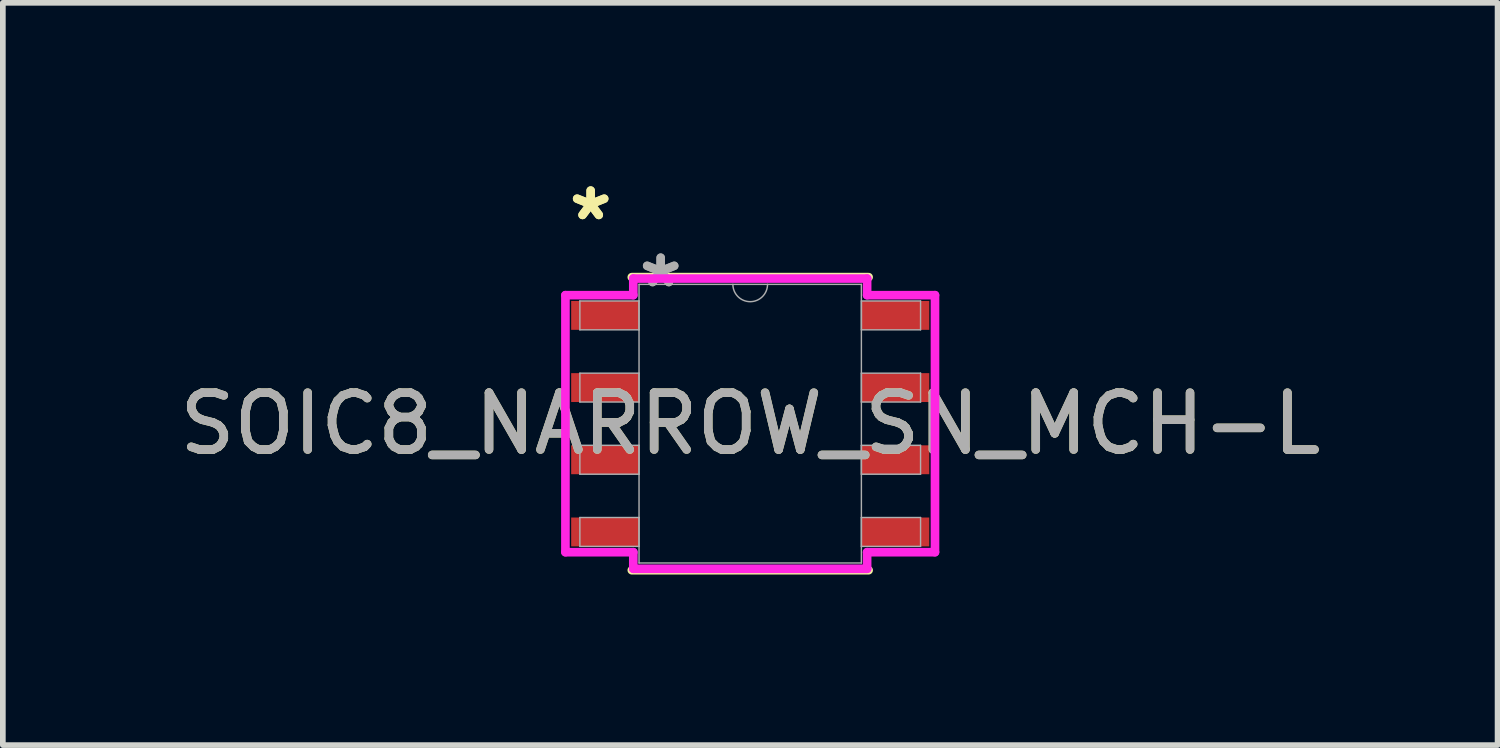
<source format=kicad_pcb>
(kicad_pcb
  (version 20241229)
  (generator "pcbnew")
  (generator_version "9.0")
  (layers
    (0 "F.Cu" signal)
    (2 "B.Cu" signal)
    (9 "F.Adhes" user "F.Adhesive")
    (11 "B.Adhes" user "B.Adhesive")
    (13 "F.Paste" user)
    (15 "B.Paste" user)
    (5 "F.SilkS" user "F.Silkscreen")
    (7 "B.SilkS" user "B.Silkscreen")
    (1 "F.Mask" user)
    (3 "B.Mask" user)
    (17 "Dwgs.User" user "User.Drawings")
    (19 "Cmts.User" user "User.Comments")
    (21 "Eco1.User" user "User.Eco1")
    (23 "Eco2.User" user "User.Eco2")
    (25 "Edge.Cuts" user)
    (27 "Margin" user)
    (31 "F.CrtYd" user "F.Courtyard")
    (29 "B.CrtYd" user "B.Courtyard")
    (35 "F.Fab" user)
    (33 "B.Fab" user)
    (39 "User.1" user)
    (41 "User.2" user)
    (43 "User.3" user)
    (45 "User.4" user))
  (footprint "SOIC8_NARROW_SN_MCH-L"
    (layer "F.Cu")
    (at 10.149 4.404)
    (property "Reference" "SOIC8_NARROW_SN_MCH-L" (at 0 0 0) (unlocked yes) (layer "F.SilkS") (effects (font (size 1 1) (thickness 0.15))))
    (attr smd)
    (fp_line (start -2.083 2.578) (end 2.083 2.578) (stroke (width 0.152) (type solid)) (layer "F.SilkS"))
    (fp_line (start 2.083 -2.578) (end -2.083 -2.578) (stroke (width 0.152) (type solid)) (layer "F.SilkS"))
    (fp_line (start -3.251 -2.261) (end -2.057 -2.261) (stroke (width 0.152) (type solid)) (layer "F.CrtYd"))
    (fp_line (start -3.251 2.261) (end -3.251 -2.261) (stroke (width 0.152) (type solid)) (layer "F.CrtYd"))
    (fp_line (start -3.251 2.261) (end -2.057 2.261) (stroke (width 0.152) (type solid)) (layer "F.CrtYd"))
    (fp_line (start -2.057 -2.553) (end 2.057 -2.553) (stroke (width 0.152) (type solid)) (layer "F.CrtYd"))
    (fp_line (start -2.057 -2.261) (end -2.057 -2.553) (stroke (width 0.152) (type solid)) (layer "F.CrtYd"))
    (fp_line (start -2.057 2.553) (end -2.057 2.261) (stroke (width 0.152) (type solid)) (layer "F.CrtYd"))
    (fp_line (start 2.057 -2.553) (end 2.057 -2.261) (stroke (width 0.152) (type solid)) (layer "F.CrtYd"))
    (fp_line (start 2.057 2.261) (end 2.057 2.553) (stroke (width 0.152) (type solid)) (layer "F.CrtYd"))
    (fp_line (start 2.057 2.553) (end -2.057 2.553) (stroke (width 0.152) (type solid)) (layer "F.CrtYd"))
    (fp_line (start 3.251 -2.261) (end 2.057 -2.261) (stroke (width 0.152) (type solid)) (layer "F.CrtYd"))
    (fp_line (start 3.251 -2.261) (end 3.251 2.261) (stroke (width 0.152) (type solid)) (layer "F.CrtYd"))
    (fp_line (start 3.251 2.261) (end 2.057 2.261) (stroke (width 0.152) (type solid)) (layer "F.CrtYd"))
    (fp_line (start -2.997 -2.159) (end -2.997 -1.651) (stroke (width 0.025) (type solid)) (layer "F.Fab"))
    (fp_line (start -2.997 -1.651) (end -1.956 -1.651) (stroke (width 0.025) (type solid)) (layer "F.Fab"))
    (fp_line (start -2.997 -0.889) (end -2.997 -0.381) (stroke (width 0.025) (type solid)) (layer "F.Fab"))
    (fp_line (start -2.997 -0.381) (end -1.956 -0.381) (stroke (width 0.025) (type solid)) (layer "F.Fab"))
    (fp_line (start -2.997 0.381) (end -2.997 0.889) (stroke (width 0.025) (type solid)) (layer "F.Fab"))
    (fp_line (start -2.997 0.889) (end -1.956 0.889) (stroke (width 0.025) (type solid)) (layer "F.Fab"))
    (fp_line (start -2.997 1.651) (end -2.997 2.159) (stroke (width 0.025) (type solid)) (layer "F.Fab"))
    (fp_line (start -2.997 2.159) (end -1.956 2.159) (stroke (width 0.025) (type solid)) (layer "F.Fab"))
    (fp_line (start -1.956 -2.451) (end -1.956 2.451) (stroke (width 0.025) (type solid)) (layer "F.Fab"))
    (fp_line (start -1.956 -2.159) (end -2.997 -2.159) (stroke (width 0.025) (type solid)) (layer "F.Fab"))
    (fp_line (start -1.956 -1.651) (end -1.956 -2.159) (stroke (width 0.025) (type solid)) (layer "F.Fab"))
    (fp_line (start -1.956 -0.889) (end -2.997 -0.889) (stroke (width 0.025) (type solid)) (layer "F.Fab"))
    (fp_line (start -1.956 -0.381) (end -1.956 -0.889) (stroke (width 0.025) (type solid)) (layer "F.Fab"))
    (fp_line (start -1.956 0.381) (end -2.997 0.381) (stroke (width 0.025) (type solid)) (layer "F.Fab"))
    (fp_line (start -1.956 0.889) (end -1.956 0.381) (stroke (width 0.025) (type solid)) (layer "F.Fab"))
    (fp_line (start -1.956 1.651) (end -2.997 1.651) (stroke (width 0.025) (type solid)) (layer "F.Fab"))
    (fp_line (start -1.956 2.159) (end -1.956 1.651) (stroke (width 0.025) (type solid)) (layer "F.Fab"))
    (fp_line (start -1.956 2.451) (end 1.956 2.451) (stroke (width 0.025) (type solid)) (layer "F.Fab"))
    (fp_line (start 1.956 -2.451) (end -1.956 -2.451) (stroke (width 0.025) (type solid)) (layer "F.Fab"))
    (fp_line (start 1.956 -2.159) (end 1.956 -1.651) (stroke (width 0.025) (type solid)) (layer "F.Fab"))
    (fp_line (start 1.956 -1.651) (end 2.997 -1.651) (stroke (width 0.025) (type solid)) (layer "F.Fab"))
    (fp_line (start 1.956 -0.889) (end 1.956 -0.381) (stroke (width 0.025) (type solid)) (layer "F.Fab"))
    (fp_line (start 1.956 -0.381) (end 2.997 -0.381) (stroke (width 0.025) (type solid)) (layer "F.Fab"))
    (fp_line (start 1.956 0.381) (end 1.956 0.889) (stroke (width 0.025) (type solid)) (layer "F.Fab"))
    (fp_line (start 1.956 0.889) (end 2.997 0.889) (stroke (width 0.025) (type solid)) (layer "F.Fab"))
    (fp_line (start 1.956 1.651) (end 1.956 2.159) (stroke (width 0.025) (type solid)) (layer "F.Fab"))
    (fp_line (start 1.956 2.159) (end 2.997 2.159) (stroke (width 0.025) (type solid)) (layer "F.Fab"))
    (fp_line (start 1.956 2.451) (end 1.956 -2.451) (stroke (width 0.025) (type solid)) (layer "F.Fab"))
    (fp_line (start 2.997 -2.159) (end 1.956 -2.159) (stroke (width 0.025) (type solid)) (layer "F.Fab"))
    (fp_line (start 2.997 -1.651) (end 2.997 -2.159) (stroke (width 0.025) (type solid)) (layer "F.Fab"))
    (fp_line (start 2.997 -0.889) (end 1.956 -0.889) (stroke (width 0.025) (type solid)) (layer "F.Fab"))
    (fp_line (start 2.997 -0.381) (end 2.997 -0.889) (stroke (width 0.025) (type solid)) (layer "F.Fab"))
    (fp_line (start 2.997 0.381) (end 1.956 0.381) (stroke (width 0.025) (type solid)) (layer "F.Fab"))
    (fp_line (start 2.997 0.889) (end 2.997 0.381) (stroke (width 0.025) (type solid)) (layer "F.Fab"))
    (fp_line (start 2.997 1.651) (end 1.956 1.651) (stroke (width 0.025) (type solid)) (layer "F.Fab"))
    (fp_line (start 2.997 2.159) (end 2.997 1.651) (stroke (width 0.025) (type solid)) (layer "F.Fab"))
    (fp_arc (start 0.3048 -2.4511) (mid 0 -2.1463) (end -0.3048 -2.4511) (stroke (width 0.0254) (type solid)) (layer "F.Fab"))
    (fp_text user "*" (at -2.807 -3.556 0) (layer "F.SilkS") (effects (font (size 1 1) (thickness 0.15))))
    (fp_text user "*" (at -2.807 -3.556 0) (unlocked yes) (layer "F.SilkS") (effects (font (size 1 1) (thickness 0.15))))
    (fp_text user "${REFERENCE}" (at 0 0 0) (unlocked yes) (layer "F.Fab") (effects (font (size 1 1) (thickness 0.15))))
    (fp_text user "*" (at -1.575 -2.375 0) (unlocked yes) (layer "F.Fab") (effects (font (size 1 1) (thickness 0.15))))
    (fp_text user "*" (at -1.575 -2.375 0) (layer "F.Fab") (effects (font (size 1 1) (thickness 0.15))))
    (pad "1" smd rect (at -2.553 -1.905) (size 1.194 0.508) (layers "F.Cu" "F.Mask" "F.Paste"))
    (pad "2" smd rect (at -2.553 -0.635) (size 1.194 0.508) (layers "F.Cu" "F.Mask" "F.Paste"))
    (pad "3" smd rect (at -2.553 0.635) (size 1.194 0.508) (layers "F.Cu" "F.Mask" "F.Paste"))
    (pad "4" smd rect (at -2.553 1.905) (size 1.194 0.508) (layers "F.Cu" "F.Mask" "F.Paste"))
    (pad "5" smd rect (at 2.553 1.905) (size 1.194 0.508) (layers "F.Cu" "F.Mask" "F.Paste"))
    (pad "6" smd rect (at 2.553 0.635) (size 1.194 0.508) (layers "F.Cu" "F.Mask" "F.Paste"))
    (pad "7" smd rect (at 2.553 -0.635) (size 1.194 0.508) (layers "F.Cu" "F.Mask" "F.Paste"))
    (pad "8" smd rect (at 2.553 -1.905) (size 1.194 0.508) (layers "F.Cu" "F.Mask" "F.Paste")))
  (gr_rect
    (start -3 -3)
    (end 23.298 10.059)
    (stroke (width 0.1) (type default))
    (fill no)
    (layer "Edge.Cuts")))
</source>
